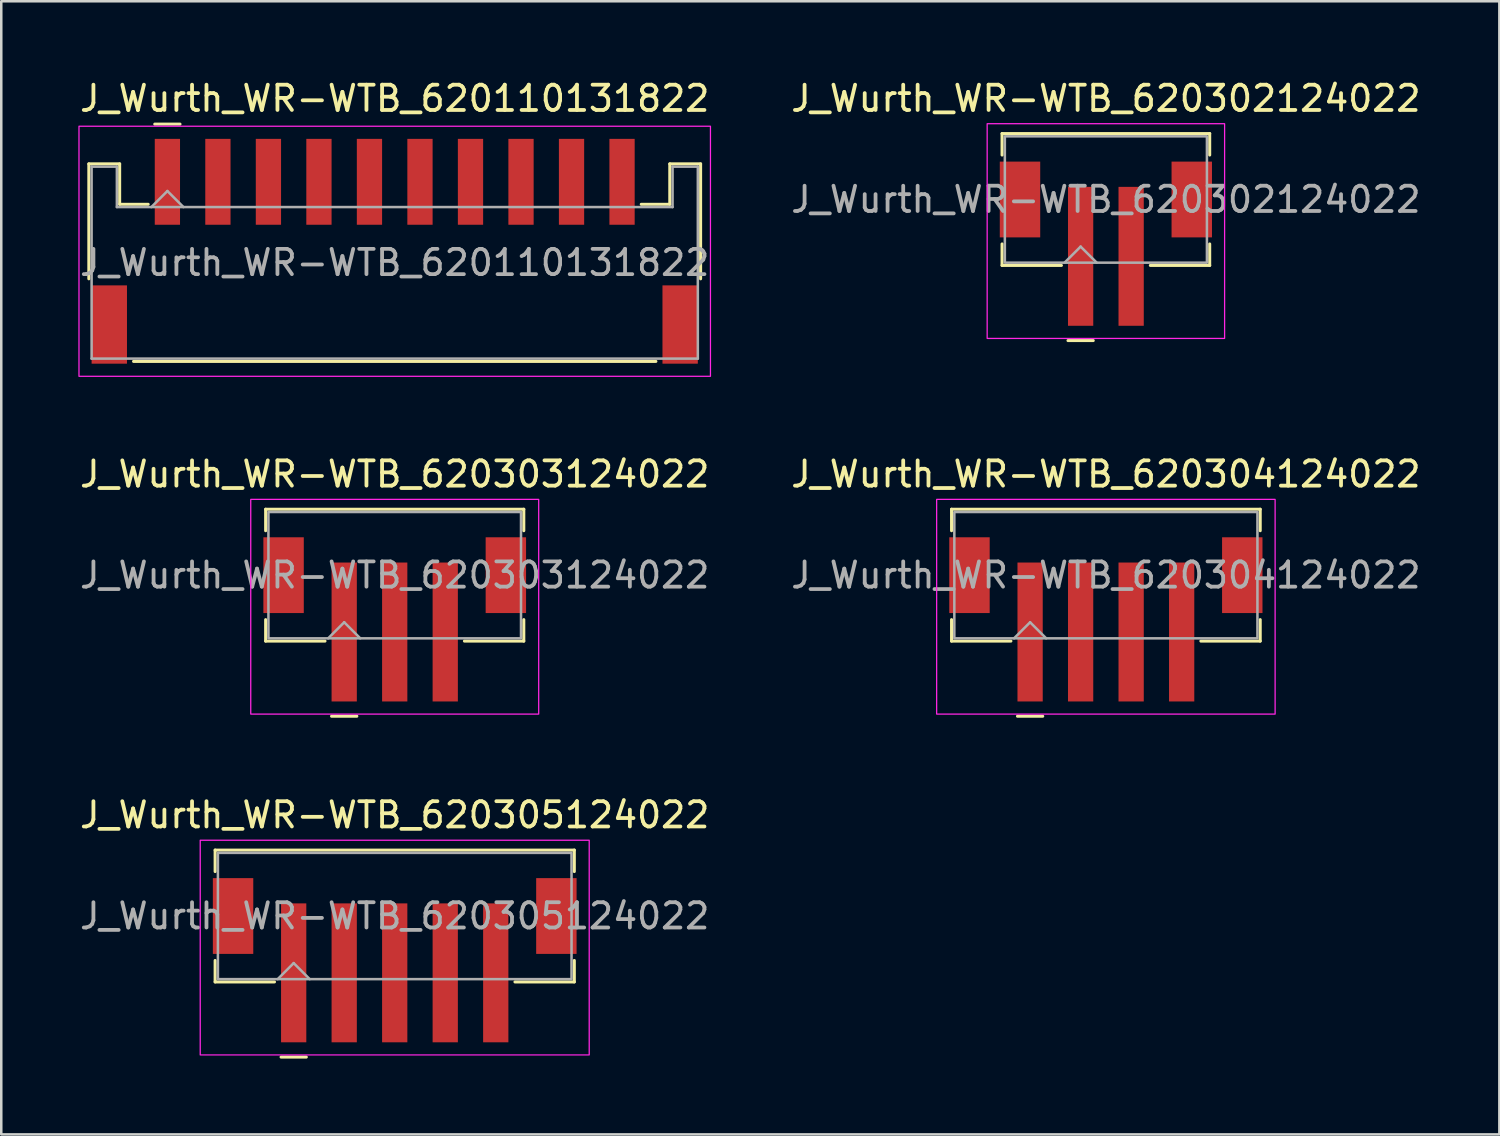
<source format=kicad_pcb>
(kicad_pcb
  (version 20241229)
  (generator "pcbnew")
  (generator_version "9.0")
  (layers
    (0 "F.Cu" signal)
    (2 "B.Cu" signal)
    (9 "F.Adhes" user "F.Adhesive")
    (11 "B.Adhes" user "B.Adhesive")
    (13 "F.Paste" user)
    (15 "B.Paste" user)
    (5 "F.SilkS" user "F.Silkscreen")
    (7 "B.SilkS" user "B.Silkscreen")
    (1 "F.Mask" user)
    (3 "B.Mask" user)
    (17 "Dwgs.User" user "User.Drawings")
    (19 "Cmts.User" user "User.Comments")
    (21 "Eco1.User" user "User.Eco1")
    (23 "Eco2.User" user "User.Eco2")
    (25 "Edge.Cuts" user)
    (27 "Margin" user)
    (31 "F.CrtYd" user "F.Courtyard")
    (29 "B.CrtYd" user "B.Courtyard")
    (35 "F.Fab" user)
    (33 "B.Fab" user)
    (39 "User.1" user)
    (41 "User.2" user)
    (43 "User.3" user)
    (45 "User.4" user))
  (footprint "J_Wurth_WR-WTB_620302124022"
    (layer "F.Cu")
    (at 40.732 4.848)
    (property "Reference" "J_Wurth_WR-WTB_620302124022" (at 0 -4 0) (unlocked yes) (layer "F.SilkS") (effects (font (size 1 1) (thickness 0.15))))
    (attr smd)
    (fp_line (start -4.11 -2.61) (end -4.11 -1.76) (stroke (width 0.12) (type solid)) (layer "F.SilkS"))
    (fp_line (start -4.11 -2.61) (end 4.11 -2.61) (stroke (width 0.12) (type default)) (layer "F.SilkS"))
    (fp_line (start -4.11 1.76) (end -4.11 2.61) (stroke (width 0.12) (type solid)) (layer "F.SilkS"))
    (fp_line (start -1.76 2.61) (end -4.11 2.61) (stroke (width 0.12) (type solid)) (layer "F.SilkS"))
    (fp_line (start -0.5 5.585) (end -1.5 5.585) (stroke (width 0.12) (type solid)) (layer "F.SilkS"))
    (fp_line (start 4.11 -2.61) (end 4.11 -1.76) (stroke (width 0.12) (type solid)) (layer "F.SilkS"))
    (fp_line (start 4.11 1.76) (end 4.11 2.61) (stroke (width 0.12) (type solid)) (layer "F.SilkS"))
    (fp_line (start 4.11 2.61) (end 1.76 2.61) (stroke (width 0.12) (type solid)) (layer "F.SilkS"))
    (fp_rect (start -4.7 -3) (end 4.7 5.5) (stroke (width 0.05) (type solid)) (fill no) (layer "F.CrtYd"))
    (fp_line (start -1 1.865) (end -1.635 2.5) (stroke (width 0.1) (type default)) (layer "F.Fab"))
    (fp_line (start -0.365 2.5) (end -1 1.865) (stroke (width 0.1) (type default)) (layer "F.Fab"))
    (fp_rect (start -4 -2.5) (end 4 2.5) (stroke (width 0.1) (type solid)) (fill no) (layer "F.Fab"))
    (fp_text user "${REFERENCE}" (at 0 0 0) (unlocked yes) (layer "F.Fab") (effects (font (size 1 1) (thickness 0.15))))
    (pad "1" smd rect (at -1 2.25 180) (size 1 5.5) (layers "F.Cu" "F.Mask" "F.Paste"))
    (pad "2" smd rect (at 1 2.25 180) (size 1 5.5) (layers "F.Cu" "F.Mask" "F.Paste"))
    (pad "MP1" smd rect (at 3.4 0 180) (size 1.6 3) (layers "F.Cu" "F.Mask" "F.Paste"))
    (pad "MP2" smd rect (at -3.4 0 180) (size 1.6 3) (layers "F.Cu" "F.Mask" "F.Paste")))
  (footprint "J_Wurth_WR-WTB_620305124022"
    (layer "F.Cu")
    (at 12.577 33.215)
    (property "Reference" "J_Wurth_WR-WTB_620305124022" (at 0 -4 0) (unlocked yes) (layer "F.SilkS") (effects (font (size 1 1) (thickness 0.15))))
    (attr smd)
    (fp_line (start -7.11 -2.61) (end -7.11 -1.76) (stroke (width 0.12) (type solid)) (layer "F.SilkS"))
    (fp_line (start -7.11 -2.61) (end 7.11 -2.61) (stroke (width 0.12) (type default)) (layer "F.SilkS"))
    (fp_line (start -7.11 1.76) (end -7.11 2.61) (stroke (width 0.12) (type solid)) (layer "F.SilkS"))
    (fp_line (start -4.76 2.61) (end -7.11 2.61) (stroke (width 0.12) (type solid)) (layer "F.SilkS"))
    (fp_line (start -3.5 5.585) (end -4.5 5.585) (stroke (width 0.12) (type solid)) (layer "F.SilkS"))
    (fp_line (start 7.11 -2.61) (end 7.11 -1.76) (stroke (width 0.12) (type solid)) (layer "F.SilkS"))
    (fp_line (start 7.11 1.76) (end 7.11 2.61) (stroke (width 0.12) (type solid)) (layer "F.SilkS"))
    (fp_line (start 7.11 2.61) (end 4.76 2.61) (stroke (width 0.12) (type solid)) (layer "F.SilkS"))
    (fp_rect (start -7.7 -3) (end 7.7 5.5) (stroke (width 0.05) (type solid)) (fill no) (layer "F.CrtYd"))
    (fp_line (start -4 1.865) (end -4.635 2.5) (stroke (width 0.1) (type default)) (layer "F.Fab"))
    (fp_line (start -3.365 2.5) (end -4 1.865) (stroke (width 0.1) (type default)) (layer "F.Fab"))
    (fp_rect (start -7 -2.5) (end 7 2.5) (stroke (width 0.1) (type solid)) (fill no) (layer "F.Fab"))
    (fp_text user "${REFERENCE}" (at 0 0 0) (unlocked yes) (layer "F.Fab") (effects (font (size 1 1) (thickness 0.15))))
    (pad "1" smd rect (at -4 2.25 180) (size 1 5.5) (layers "F.Cu" "F.Mask" "F.Paste"))
    (pad "2" smd rect (at -2 2.25 180) (size 1 5.5) (layers "F.Cu" "F.Mask" "F.Paste"))
    (pad "3" smd rect (at 0 2.25 180) (size 1 5.5) (layers "F.Cu" "F.Mask" "F.Paste"))
    (pad "4" smd rect (at 2 2.25 180) (size 1 5.5) (layers "F.Cu" "F.Mask" "F.Paste"))
    (pad "5" smd rect (at 4 2.25 180) (size 1 5.5) (layers "F.Cu" "F.Mask" "F.Paste"))
    (pad "MP1" smd rect (at 6.4 0 180) (size 1.6 3) (layers "F.Cu" "F.Mask" "F.Paste"))
    (pad "MP2" smd rect (at -6.4 0 180) (size 1.6 3) (layers "F.Cu" "F.Mask" "F.Paste")))
  (footprint "J_Wurth_WR-WTB_620304124022"
    (layer "F.Cu")
    (at 40.732 19.721)
    (property "Reference" "J_Wurth_WR-WTB_620304124022" (at 0 -4 0) (unlocked yes) (layer "F.SilkS") (effects (font (size 1 1) (thickness 0.15))))
    (attr smd)
    (fp_line (start -6.11 -2.61) (end -6.11 -1.76) (stroke (width 0.12) (type solid)) (layer "F.SilkS"))
    (fp_line (start -6.11 -2.61) (end 6.11 -2.61) (stroke (width 0.12) (type default)) (layer "F.SilkS"))
    (fp_line (start -6.11 1.76) (end -6.11 2.61) (stroke (width 0.12) (type solid)) (layer "F.SilkS"))
    (fp_line (start -3.76 2.61) (end -6.11 2.61) (stroke (width 0.12) (type solid)) (layer "F.SilkS"))
    (fp_line (start -2.5 5.585) (end -3.5 5.585) (stroke (width 0.12) (type solid)) (layer "F.SilkS"))
    (fp_line (start 6.11 -2.61) (end 6.11 -1.76) (stroke (width 0.12) (type solid)) (layer "F.SilkS"))
    (fp_line (start 6.11 1.76) (end 6.11 2.61) (stroke (width 0.12) (type solid)) (layer "F.SilkS"))
    (fp_line (start 6.11 2.61) (end 3.76 2.61) (stroke (width 0.12) (type solid)) (layer "F.SilkS"))
    (fp_rect (start -6.7 -3) (end 6.7 5.5) (stroke (width 0.05) (type solid)) (fill no) (layer "F.CrtYd"))
    (fp_line (start -3 1.865) (end -3.635 2.5) (stroke (width 0.1) (type default)) (layer "F.Fab"))
    (fp_line (start -2.365 2.5) (end -3 1.865) (stroke (width 0.1) (type default)) (layer "F.Fab"))
    (fp_rect (start -6 -2.5) (end 6 2.5) (stroke (width 0.1) (type solid)) (fill no) (layer "F.Fab"))
    (fp_text user "${REFERENCE}" (at 0 0 0) (unlocked yes) (layer "F.Fab") (effects (font (size 1 1) (thickness 0.15))))
    (pad "1" smd rect (at -3 2.25 180) (size 1 5.5) (layers "F.Cu" "F.Mask" "F.Paste"))
    (pad "2" smd rect (at -1 2.25 180) (size 1 5.5) (layers "F.Cu" "F.Mask" "F.Paste"))
    (pad "3" smd rect (at 1 2.25 180) (size 1 5.5) (layers "F.Cu" "F.Mask" "F.Paste"))
    (pad "4" smd rect (at 3 2.25 180) (size 1 5.5) (layers "F.Cu" "F.Mask" "F.Paste"))
    (pad "MP1" smd rect (at 5.4 0 180) (size 1.6 3) (layers "F.Cu" "F.Mask" "F.Paste"))
    (pad "MP2" smd rect (at -5.4 0 180) (size 1.6 3) (layers "F.Cu" "F.Mask" "F.Paste")))
  (footprint "J_Wurth_WR-WTB_620110131822"
    (layer "F.Cu")
    (at 12.577 7.348)
    (property "Reference" "J_Wurth_WR-WTB_620110131822" (at 0 -6.5 0) (unlocked yes) (layer "F.SilkS") (effects (font (size 1 1) (thickness 0.15))))
    (attr smd)
    (fp_line (start -12.11 -3.91) (end -10.89 -3.91) (stroke (width 0.12) (type solid)) (layer "F.SilkS"))
    (fp_line (start -12.11 0.64) (end -12.11 -3.91) (stroke (width 0.12) (type solid)) (layer "F.SilkS"))
    (fp_line (start -10.89 -3.91) (end -10.89 -2.31) (stroke (width 0.12) (type solid)) (layer "F.SilkS"))
    (fp_line (start -10.89 -2.31) (end -9.76 -2.31) (stroke (width 0.12) (type solid)) (layer "F.SilkS"))
    (fp_line (start -9.5 -5.485) (end -8.5 -5.485) (stroke (width 0.12) (type solid)) (layer "F.SilkS"))
    (fp_line (start 9.76 -2.31) (end 10.89 -2.31) (stroke (width 0.12) (type solid)) (layer "F.SilkS"))
    (fp_line (start 10.34 3.91) (end -10.34 3.91) (stroke (width 0.12) (type solid)) (layer "F.SilkS"))
    (fp_line (start 10.89 -3.91) (end 10.89 -2.31) (stroke (width 0.12) (type solid)) (layer "F.SilkS"))
    (fp_line (start 12.11 -3.91) (end 10.89 -3.91) (stroke (width 0.12) (type solid)) (layer "F.SilkS"))
    (fp_line (start 12.11 -3.91) (end 12.11 0.64) (stroke (width 0.12) (type solid)) (layer "F.SilkS"))
    (fp_rect (start -12.5 -5.4) (end 12.5 4.5) (stroke (width 0.05) (type solid)) (fill no) (layer "F.CrtYd"))
    (fp_line (start -12 -3.8) (end -11 -3.8) (stroke (width 0.1) (type solid)) (layer "F.Fab"))
    (fp_line (start -12 3.8) (end -12 -3.8) (stroke (width 0.1) (type default)) (layer "F.Fab"))
    (fp_line (start -11 -3.8) (end -11 -2.2) (stroke (width 0.1) (type solid)) (layer "F.Fab"))
    (fp_line (start -11 -2.2) (end 11 -2.2) (stroke (width 0.1) (type default)) (layer "F.Fab"))
    (fp_line (start -9 -2.835) (end -9.635 -2.2) (stroke (width 0.1) (type default)) (layer "F.Fab"))
    (fp_line (start -8.365 -2.2) (end -9 -2.835) (stroke (width 0.1) (type default)) (layer "F.Fab"))
    (fp_line (start 11 -3.8) (end 11 -2.2) (stroke (width 0.1) (type solid)) (layer "F.Fab"))
    (fp_line (start 12 -3.8) (end 11 -3.8) (stroke (width 0.1) (type solid)) (layer "F.Fab"))
    (fp_line (start 12 -3.8) (end 12 3.8) (stroke (width 0.1) (type default)) (layer "F.Fab"))
    (fp_line (start 12 3.8) (end -12 3.8) (stroke (width 0.1) (type default)) (layer "F.Fab"))
    (fp_text user "${REFERENCE}" (at 0 0 0) (unlocked yes) (layer "F.Fab") (effects (font (size 1 1) (thickness 0.15))))
    (pad "1" smd rect (at -9 -3.2) (size 1 3.4) (layers "F.Cu" "F.Mask" "F.Paste"))
    (pad "2" smd rect (at -7 -3.2) (size 1 3.4) (layers "F.Cu" "F.Mask" "F.Paste"))
    (pad "3" smd rect (at -5 -3.2) (size 1 3.4) (layers "F.Cu" "F.Mask" "F.Paste"))
    (pad "4" smd rect (at -3 -3.2) (size 1 3.4) (layers "F.Cu" "F.Mask" "F.Paste"))
    (pad "5" smd rect (at -1 -3.2) (size 1 3.4) (layers "F.Cu" "F.Mask" "F.Paste"))
    (pad "6" smd rect (at 1 -3.2) (size 1 3.4) (layers "F.Cu" "F.Mask" "F.Paste"))
    (pad "7" smd rect (at 3 -3.2) (size 1 3.4) (layers "F.Cu" "F.Mask" "F.Paste"))
    (pad "8" smd rect (at 5 -3.2) (size 1 3.4) (layers "F.Cu" "F.Mask" "F.Paste"))
    (pad "9" smd rect (at 7 -3.2) (size 1 3.4) (layers "F.Cu" "F.Mask" "F.Paste"))
    (pad "10" smd rect (at 9 -3.2) (size 1 3.4) (layers "F.Cu" "F.Mask" "F.Paste"))
    (pad "MP1" smd rect (at -11.3 2.45) (size 1.4 3.1) (layers "F.Cu" "F.Mask" "F.Paste"))
    (pad "MP2" smd rect (at 11.3 2.45) (size 1.4 3.1) (layers "F.Cu" "F.Mask" "F.Paste")))
  (footprint "J_Wurth_WR-WTB_620303124022"
    (layer "F.Cu")
    (at 12.577 19.721)
    (property "Reference" "J_Wurth_WR-WTB_620303124022" (at 0 -4 0) (unlocked yes) (layer "F.SilkS") (effects (font (size 1 1) (thickness 0.15))))
    (attr smd)
    (fp_line (start -5.11 -2.61) (end -5.11 -1.76) (stroke (width 0.12) (type solid)) (layer "F.SilkS"))
    (fp_line (start -5.11 -2.61) (end 5.11 -2.61) (stroke (width 0.12) (type default)) (layer "F.SilkS"))
    (fp_line (start -5.11 1.76) (end -5.11 2.61) (stroke (width 0.12) (type solid)) (layer "F.SilkS"))
    (fp_line (start -2.76 2.61) (end -5.11 2.61) (stroke (width 0.12) (type solid)) (layer "F.SilkS"))
    (fp_line (start -1.5 5.585) (end -2.5 5.585) (stroke (width 0.12) (type solid)) (layer "F.SilkS"))
    (fp_line (start 5.11 -2.61) (end 5.11 -1.76) (stroke (width 0.12) (type solid)) (layer "F.SilkS"))
    (fp_line (start 5.11 1.76) (end 5.11 2.61) (stroke (width 0.12) (type solid)) (layer "F.SilkS"))
    (fp_line (start 5.11 2.61) (end 2.76 2.61) (stroke (width 0.12) (type solid)) (layer "F.SilkS"))
    (fp_rect (start -5.7 -3) (end 5.7 5.5) (stroke (width 0.05) (type solid)) (fill no) (layer "F.CrtYd"))
    (fp_line (start -2 1.865) (end -2.635 2.5) (stroke (width 0.1) (type default)) (layer "F.Fab"))
    (fp_line (start -1.365 2.5) (end -2 1.865) (stroke (width 0.1) (type default)) (layer "F.Fab"))
    (fp_rect (start -5 -2.5) (end 5 2.5) (stroke (width 0.1) (type solid)) (fill no) (layer "F.Fab"))
    (fp_text user "${REFERENCE}" (at 0 0 0) (unlocked yes) (layer "F.Fab") (effects (font (size 1 1) (thickness 0.15))))
    (pad "1" smd rect (at -2 2.25 180) (size 1 5.5) (layers "F.Cu" "F.Mask" "F.Paste"))
    (pad "2" smd rect (at 0 2.25 180) (size 1 5.5) (layers "F.Cu" "F.Mask" "F.Paste"))
    (pad "3" smd rect (at 2 2.25 180) (size 1 5.5) (layers "F.Cu" "F.Mask" "F.Paste"))
    (pad "MP1" smd rect (at 4.4 0 180) (size 1.6 3) (layers "F.Cu" "F.Mask" "F.Paste"))
    (pad "MP2" smd rect (at -4.4 0 180) (size 1.6 3) (layers "F.Cu" "F.Mask" "F.Paste")))
  (gr_rect
    (start -3 -3)
    (end 56.31 41.86)
    (stroke (width 0.1) (type default))
    (fill no)
    (layer "Edge.Cuts")))
</source>
